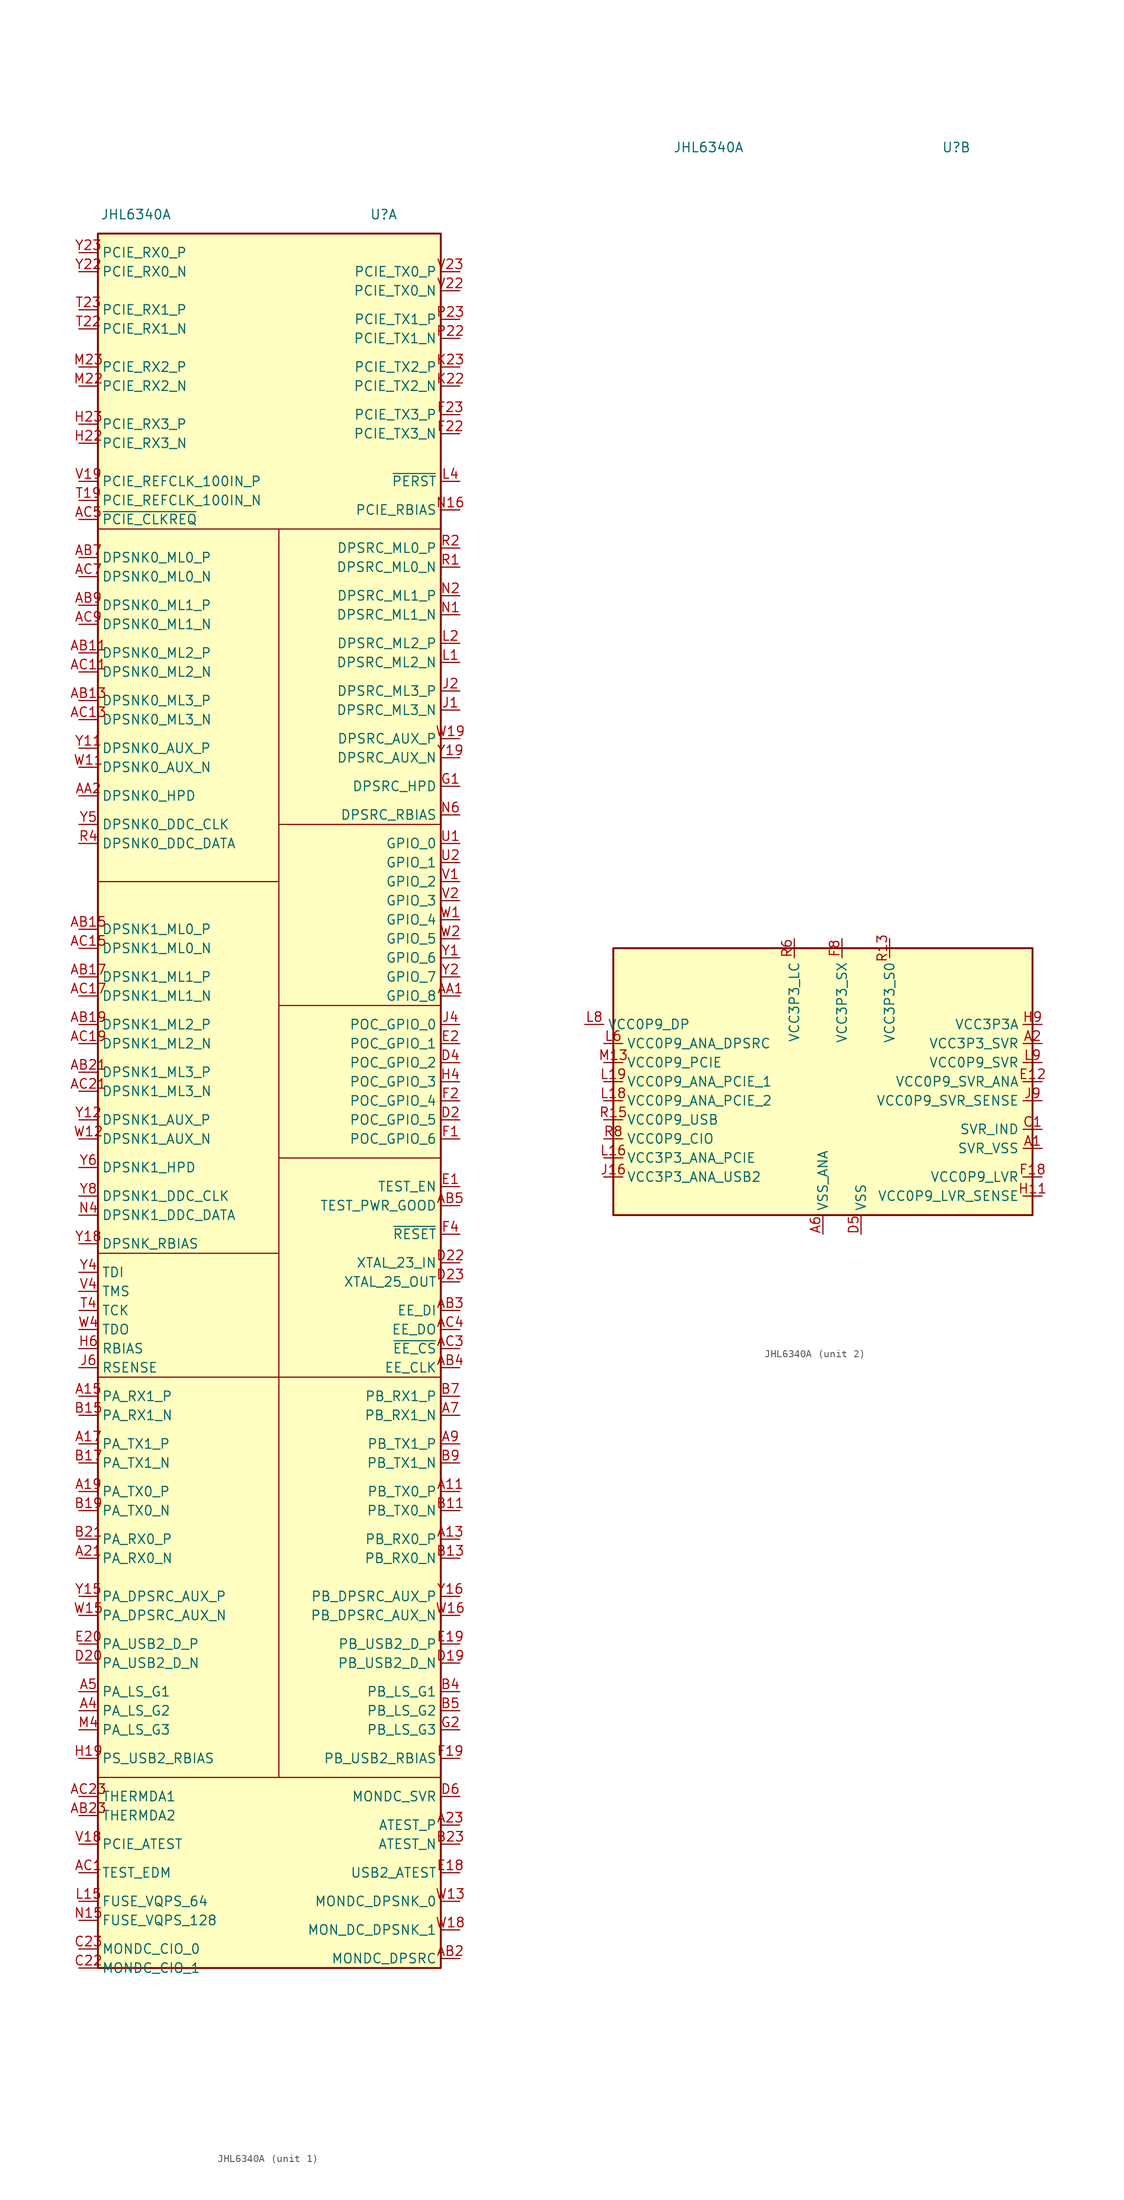
<source format=kicad_sym>
(kicad_symbol_lib
  (version 20220914)
  (generator kicad_symbol_editor)
  (symbol "JHL6340A"
    (property "Reference" "U"
      (at 15.24 121.92 0)
      (effects (font (size 1.27 1.27))))
    (property "Value" "JHL6340A"
      (at -17.78 121.92 0)
      (effects (font (size 1.27 1.27))))
    (property "ki_locked" ""
      (at 0 0 0)
      (effects (font (size 1.27 1.27))))
    (symbol "JHL6340A_1_0"
      (pin input line (at 25.4 -48.26 180) (length 2.54) (name "PB_TX0_P" (effects (font (size 1.27 1.27)))) (number "A11" (effects (font (size 1.27 1.27)))))
      (pin input line (at 25.4 -54.61 180) (length 2.54) (name "PB_RX0_P" (effects (font (size 1.27 1.27)))) (number "A13" (effects (font (size 1.27 1.27)))))
      (pin input line (at -25.4 -35.56 0) (length 2.54) (name "PA_RX1_P" (effects (font (size 1.27 1.27)))) (number "A15" (effects (font (size 1.27 1.27)))))
      (pin input line (at -25.4 -41.91 0) (length 2.54) (name "PA_TX1_P" (effects (font (size 1.27 1.27)))) (number "A17" (effects (font (size 1.27 1.27)))))
      (pin input line (at -25.4 -48.26 0) (length 2.54) (name "PA_TX0_P" (effects (font (size 1.27 1.27)))) (number "A19" (effects (font (size 1.27 1.27)))))
      (pin input line (at -25.4 -57.15 0) (length 2.54) (name "PA_RX0_N" (effects (font (size 1.27 1.27)))) (number "A21" (effects (font (size 1.27 1.27)))))
      (pin input line (at 25.4 -92.71 180) (length 2.54) (name "ATEST_P" (effects (font (size 1.27 1.27)))) (number "A23" (effects (font (size 1.27 1.27)))))
      (pin input line (at -25.4 -77.47 0) (length 2.54) (name "PA_LS_G2" (effects (font (size 1.27 1.27)))) (number "A4" (effects (font (size 1.27 1.27)))))
      (pin input line (at -25.4 -74.93 0) (length 2.54) (name "PA_LS_G1" (effects (font (size 1.27 1.27)))) (number "A5" (effects (font (size 1.27 1.27)))))
      (pin input line (at 25.4 -38.1 180) (length 2.54) (name "PB_RX1_N" (effects (font (size 1.27 1.27)))) (number "A7" (effects (font (size 1.27 1.27)))))
      (pin input line (at 25.4 -41.91 180) (length 2.54) (name "PB_TX1_P" (effects (font (size 1.27 1.27)))) (number "A9" (effects (font (size 1.27 1.27)))))
      (pin input line (at 25.4 17.78 180) (length 2.54) (name "GPIO_8" (effects (font (size 1.27 1.27)))) (number "AA1" (effects (font (size 1.27 1.27)))))
      (pin input line (at -25.4 44.45 0) (length 2.54) (name "DPSNK0_HPD" (effects (font (size 1.27 1.27)))) (number "AA2" (effects (font (size 1.27 1.27)))))
      (pin input line (at -25.4 63.5 0) (length 2.54) (name "DPSNK0_ML2_P" (effects (font (size 1.27 1.27)))) (number "AB11" (effects (font (size 1.27 1.27)))))
      (pin input line (at -25.4 57.15 0) (length 2.54) (name "DPSNK0_ML3_P" (effects (font (size 1.27 1.27)))) (number "AB13" (effects (font (size 1.27 1.27)))))
      (pin input line (at -25.4 26.67 0) (length 2.54) (name "DPSNK1_ML0_P" (effects (font (size 1.27 1.27)))) (number "AB15" (effects (font (size 1.27 1.27)))))
      (pin input line (at -25.4 20.32 0) (length 2.54) (name "DPSNK1_ML1_P" (effects (font (size 1.27 1.27)))) (number "AB17" (effects (font (size 1.27 1.27)))))
      (pin input line (at -25.4 13.97 0) (length 2.54) (name "DPSNK1_ML2_P" (effects (font (size 1.27 1.27)))) (number "AB19" (effects (font (size 1.27 1.27)))))
      (pin input line (at 25.4 -110.49 180) (length 2.54) (name "MONDC_DPSRC" (effects (font (size 1.27 1.27)))) (number "AB2" (effects (font (size 1.27 1.27)))))
      (pin input line (at -25.4 7.62 0) (length 2.54) (name "DPSNK1_ML3_P" (effects (font (size 1.27 1.27)))) (number "AB21" (effects (font (size 1.27 1.27)))))
      (pin input line (at -25.4 -91.44 0) (length 2.54) (name "THERMDA2" (effects (font (size 1.27 1.27)))) (number "AB23" (effects (font (size 1.27 1.27)))))
      (pin input line (at 25.4 -24.13 180) (length 2.54) (name "EE_DI" (effects (font (size 1.27 1.27)))) (number "AB3" (effects (font (size 1.27 1.27)))))
      (pin input line (at 25.4 -31.75 180) (length 2.54) (name "EE_CLK" (effects (font (size 1.27 1.27)))) (number "AB4" (effects (font (size 1.27 1.27)))))
      (pin input line (at 25.4 -10.16 180) (length 2.54) (name "TEST_PWR_GOOD" (effects (font (size 1.27 1.27)))) (number "AB5" (effects (font (size 1.27 1.27)))))
      (pin input line (at -25.4 76.2 0) (length 2.54) (name "DPSNK0_ML0_P" (effects (font (size 1.27 1.27)))) (number "AB7" (effects (font (size 1.27 1.27)))))
      (pin input line (at -25.4 69.85 0) (length 2.54) (name "DPSNK0_ML1_P" (effects (font (size 1.27 1.27)))) (number "AB9" (effects (font (size 1.27 1.27)))))
      (pin input line (at -25.4 -99.06 0) (length 2.54) (name "TEST_EDM" (effects (font (size 1.27 1.27)))) (number "AC1" (effects (font (size 1.27 1.27)))))
      (pin input line (at -25.4 60.96 0) (length 2.54) (name "DPSNK0_ML2_N" (effects (font (size 1.27 1.27)))) (number "AC11" (effects (font (size 1.27 1.27)))))
      (pin input line (at -25.4 54.61 0) (length 2.54) (name "DPSNK0_ML3_N" (effects (font (size 1.27 1.27)))) (number "AC13" (effects (font (size 1.27 1.27)))))
      (pin input line (at -25.4 24.13 0) (length 2.54) (name "DPSNK1_ML0_N" (effects (font (size 1.27 1.27)))) (number "AC15" (effects (font (size 1.27 1.27)))))
      (pin input line (at -25.4 17.78 0) (length 2.54) (name "DPSNK1_ML1_N" (effects (font (size 1.27 1.27)))) (number "AC17" (effects (font (size 1.27 1.27)))))
      (pin input line (at -25.4 11.43 0) (length 2.54) (name "DPSNK1_ML2_N" (effects (font (size 1.27 1.27)))) (number "AC19" (effects (font (size 1.27 1.27)))))
      (pin input line (at -25.4 5.08 0) (length 2.54) (name "DPSNK1_ML3_N" (effects (font (size 1.27 1.27)))) (number "AC21" (effects (font (size 1.27 1.27)))))
      (pin input line (at -25.4 -88.9 0) (length 2.54) (name "THERMDA1" (effects (font (size 1.27 1.27)))) (number "AC23" (effects (font (size 1.27 1.27)))))
      (pin input line (at 25.4 -29.21 180) (length 2.54) (name "~{EE_CS}" (effects (font (size 1.27 1.27)))) (number "AC3" (effects (font (size 1.27 1.27)))))
      (pin output line (at 25.4 -26.67 180) (length 2.54) (name "EE_DO" (effects (font (size 1.27 1.27)))) (number "AC4" (effects (font (size 1.27 1.27)))))
      (pin bidirectional line (at -25.4 81.28 0) (length 2.54) (name "~{PCIE_CLKREQ}" (effects (font (size 1.27 1.27)))) (number "AC5" (effects (font (size 1.27 1.27)))))
      (pin input line (at -25.4 73.66 0) (length 2.54) (name "DPSNK0_ML0_N" (effects (font (size 1.27 1.27)))) (number "AC7" (effects (font (size 1.27 1.27)))))
      (pin input line (at -25.4 67.31 0) (length 2.54) (name "DPSNK0_ML1_N" (effects (font (size 1.27 1.27)))) (number "AC9" (effects (font (size 1.27 1.27)))))
      (pin input line (at 25.4 -50.8 180) (length 2.54) (name "PB_TX0_N" (effects (font (size 1.27 1.27)))) (number "B11" (effects (font (size 1.27 1.27)))))
      (pin input line (at 25.4 -57.15 180) (length 2.54) (name "PB_RX0_N" (effects (font (size 1.27 1.27)))) (number "B13" (effects (font (size 1.27 1.27)))))
      (pin input line (at -25.4 -38.1 0) (length 2.54) (name "PA_RX1_N" (effects (font (size 1.27 1.27)))) (number "B15" (effects (font (size 1.27 1.27)))))
      (pin input line (at -25.4 -44.45 0) (length 2.54) (name "PA_TX1_N" (effects (font (size 1.27 1.27)))) (number "B17" (effects (font (size 1.27 1.27)))))
      (pin input line (at -25.4 -50.8 0) (length 2.54) (name "PA_TX0_N" (effects (font (size 1.27 1.27)))) (number "B19" (effects (font (size 1.27 1.27)))))
      (pin input line (at -25.4 -54.61 0) (length 2.54) (name "PA_RX0_P" (effects (font (size 1.27 1.27)))) (number "B21" (effects (font (size 1.27 1.27)))))
      (pin input line (at 25.4 -95.25 180) (length 2.54) (name "ATEST_N" (effects (font (size 1.27 1.27)))) (number "B23" (effects (font (size 1.27 1.27)))))
      (pin input line (at 25.4 -74.93 180) (length 2.54) (name "PB_LS_G1" (effects (font (size 1.27 1.27)))) (number "B4" (effects (font (size 1.27 1.27)))))
      (pin input line (at 25.4 -77.47 180) (length 2.54) (name "PB_LS_G2" (effects (font (size 1.27 1.27)))) (number "B5" (effects (font (size 1.27 1.27)))))
      (pin input line (at 25.4 -35.56 180) (length 2.54) (name "PB_RX1_P" (effects (font (size 1.27 1.27)))) (number "B7" (effects (font (size 1.27 1.27)))))
      (pin input line (at 25.4 -44.45 180) (length 2.54) (name "PB_TX1_N" (effects (font (size 1.27 1.27)))) (number "B9" (effects (font (size 1.27 1.27)))))
      (pin input line (at -25.4 -111.76 0) (length 2.54) (name "MONDC_CIO_1" (effects (font (size 1.27 1.27)))) (number "C22" (effects (font (size 1.27 1.27)))))
      (pin input line (at -25.4 -109.22 0) (length 2.54) (name "MONDC_CIO_0" (effects (font (size 1.27 1.27)))) (number "C23" (effects (font (size 1.27 1.27)))))
      (pin input line (at 25.4 -71.12 180) (length 2.54) (name "PB_USB2_D_N" (effects (font (size 1.27 1.27)))) (number "D19" (effects (font (size 1.27 1.27)))))
      (pin input line (at 25.4 1.27 180) (length 2.54) (name "POC_GPIO_5" (effects (font (size 1.27 1.27)))) (number "D2" (effects (font (size 1.27 1.27)))))
      (pin input line (at -25.4 -71.12 0) (length 2.54) (name "PA_USB2_D_N" (effects (font (size 1.27 1.27)))) (number "D20" (effects (font (size 1.27 1.27)))))
      (pin input line (at 25.4 -17.78 180) (length 2.54) (name "XTAL_23_IN" (effects (font (size 1.27 1.27)))) (number "D22" (effects (font (size 1.27 1.27)))))
      (pin input line (at 25.4 -20.32 180) (length 2.54) (name "XTAL_25_OUT" (effects (font (size 1.27 1.27)))) (number "D23" (effects (font (size 1.27 1.27)))))
      (pin input line (at 25.4 8.89 180) (length 2.54) (name "POC_GPIO_2" (effects (font (size 1.27 1.27)))) (number "D4" (effects (font (size 1.27 1.27)))))
      (pin input line (at 25.4 -88.9 180) (length 2.54) (name "MONDC_SVR" (effects (font (size 1.27 1.27)))) (number "D6" (effects (font (size 1.27 1.27)))))
      (pin input line (at 25.4 -7.62 180) (length 2.54) (name "TEST_EN" (effects (font (size 1.27 1.27)))) (number "E1" (effects (font (size 1.27 1.27)))))
      (pin input line (at 25.4 -99.06 180) (length 2.54) (name "USB2_ATEST" (effects (font (size 1.27 1.27)))) (number "E18" (effects (font (size 1.27 1.27)))))
      (pin input line (at 25.4 -68.58 180) (length 2.54) (name "PB_USB2_D_P" (effects (font (size 1.27 1.27)))) (number "E19" (effects (font (size 1.27 1.27)))))
      (pin input line (at 25.4 11.43 180) (length 2.54) (name "POC_GPIO_1" (effects (font (size 1.27 1.27)))) (number "E2" (effects (font (size 1.27 1.27)))))
      (pin input line (at -25.4 -68.58 0) (length 2.54) (name "PA_USB2_D_P" (effects (font (size 1.27 1.27)))) (number "E20" (effects (font (size 1.27 1.27)))))
      (pin input line (at 25.4 -1.27 180) (length 2.54) (name "POC_GPIO_6" (effects (font (size 1.27 1.27)))) (number "F1" (effects (font (size 1.27 1.27)))))
      (pin input line (at 25.4 -83.82 180) (length 2.54) (name "PB_USB2_RBIAS" (effects (font (size 1.27 1.27)))) (number "F19" (effects (font (size 1.27 1.27)))))
      (pin input line (at 25.4 3.81 180) (length 2.54) (name "POC_GPIO_4" (effects (font (size 1.27 1.27)))) (number "F2" (effects (font (size 1.27 1.27)))))
      (pin input line (at 25.4 92.71 180) (length 2.54) (name "PCIE_TX3_N" (effects (font (size 1.27 1.27)))) (number "F22" (effects (font (size 1.27 1.27)))))
      (pin input line (at 25.4 95.25 180) (length 2.54) (name "PCIE_TX3_P" (effects (font (size 1.27 1.27)))) (number "F23" (effects (font (size 1.27 1.27)))))
      (pin input line (at 25.4 -13.97 180) (length 2.54) (name "~{RESET}" (effects (font (size 1.27 1.27)))) (number "F4" (effects (font (size 1.27 1.27)))))
      (pin input line (at 25.4 45.72 180) (length 2.54) (name "DPSRC_HPD" (effects (font (size 1.27 1.27)))) (number "G1" (effects (font (size 1.27 1.27)))))
      (pin input line (at 25.4 -80.01 180) (length 2.54) (name "PB_LS_G3" (effects (font (size 1.27 1.27)))) (number "G2" (effects (font (size 1.27 1.27)))))
      (pin input line (at -25.4 -83.82 0) (length 2.54) (name "PS_USB2_RBIAS" (effects (font (size 1.27 1.27)))) (number "H19" (effects (font (size 1.27 1.27)))))
      (pin input line (at -25.4 91.44 0) (length 2.54) (name "PCIE_RX3_N" (effects (font (size 1.27 1.27)))) (number "H22" (effects (font (size 1.27 1.27)))))
      (pin input line (at -25.4 93.98 0) (length 2.54) (name "PCIE_RX3_P" (effects (font (size 1.27 1.27)))) (number "H23" (effects (font (size 1.27 1.27)))))
      (pin input line (at 25.4 6.35 180) (length 2.54) (name "POC_GPIO_3" (effects (font (size 1.27 1.27)))) (number "H4" (effects (font (size 1.27 1.27)))))
      (pin input line (at -25.4 -29.21 0) (length 2.54) (name "RBIAS" (effects (font (size 1.27 1.27)))) (number "H6" (effects (font (size 1.27 1.27)))))
      (pin input line (at 25.4 55.88 180) (length 2.54) (name "DPSRC_ML3_N" (effects (font (size 1.27 1.27)))) (number "J1" (effects (font (size 1.27 1.27)))))
      (pin input line (at 25.4 58.42 180) (length 2.54) (name "DPSRC_ML3_P" (effects (font (size 1.27 1.27)))) (number "J2" (effects (font (size 1.27 1.27)))))
      (pin input line (at 25.4 13.97 180) (length 2.54) (name "POC_GPIO_0" (effects (font (size 1.27 1.27)))) (number "J4" (effects (font (size 1.27 1.27)))))
      (pin input line (at -25.4 -31.75 0) (length 2.54) (name "RSENSE" (effects (font (size 1.27 1.27)))) (number "J6" (effects (font (size 1.27 1.27)))))
      (pin input line (at 25.4 99.06 180) (length 2.54) (name "PCIE_TX2_N" (effects (font (size 1.27 1.27)))) (number "K22" (effects (font (size 1.27 1.27)))))
      (pin input line (at 25.4 101.6 180) (length 2.54) (name "PCIE_TX2_P" (effects (font (size 1.27 1.27)))) (number "K23" (effects (font (size 1.27 1.27)))))
      (pin input line (at 25.4 62.23 180) (length 2.54) (name "DPSRC_ML2_N" (effects (font (size 1.27 1.27)))) (number "L1" (effects (font (size 1.27 1.27)))))
      (pin input line (at -25.4 -102.87 0) (length 2.54) (name "FUSE_VQPS_64" (effects (font (size 1.27 1.27)))) (number "L15" (effects (font (size 1.27 1.27)))))
      (pin input line (at 25.4 64.77 180) (length 2.54) (name "DPSRC_ML2_P" (effects (font (size 1.27 1.27)))) (number "L2" (effects (font (size 1.27 1.27)))))
      (pin input line (at 25.4 86.36 180) (length 2.54) (name "~{PERST}" (effects (font (size 1.27 1.27)))) (number "L4" (effects (font (size 1.27 1.27)))))
      (pin input line (at -25.4 99.06 0) (length 2.54) (name "PCIE_RX2_N" (effects (font (size 1.27 1.27)))) (number "M22" (effects (font (size 1.27 1.27)))))
      (pin input line (at -25.4 101.6 0) (length 2.54) (name "PCIE_RX2_P" (effects (font (size 1.27 1.27)))) (number "M23" (effects (font (size 1.27 1.27)))))
      (pin input line (at -25.4 -80.01 0) (length 2.54) (name "PA_LS_G3" (effects (font (size 1.27 1.27)))) (number "M4" (effects (font (size 1.27 1.27)))))
      (pin input line (at 25.4 68.58 180) (length 2.54) (name "DPSRC_ML1_N" (effects (font (size 1.27 1.27)))) (number "N1" (effects (font (size 1.27 1.27)))))
      (pin input line (at -25.4 -105.41 0) (length 2.54) (name "FUSE_VQPS_128" (effects (font (size 1.27 1.27)))) (number "N15" (effects (font (size 1.27 1.27)))))
      (pin input line (at 25.4 82.55 180) (length 2.54) (name "PCIE_RBIAS" (effects (font (size 1.27 1.27)))) (number "N16" (effects (font (size 1.27 1.27)))))
      (pin input line (at 25.4 71.12 180) (length 2.54) (name "DPSRC_ML1_P" (effects (font (size 1.27 1.27)))) (number "N2" (effects (font (size 1.27 1.27)))))
      (pin input line (at -25.4 -11.43 0) (length 2.54) (name "DPSNK1_DDC_DATA" (effects (font (size 1.27 1.27)))) (number "N4" (effects (font (size 1.27 1.27)))))
      (pin input line (at 25.4 41.91 180) (length 2.54) (name "DPSRC_RBIAS" (effects (font (size 1.27 1.27)))) (number "N6" (effects (font (size 1.27 1.27)))))
      (pin input line (at 25.4 105.41 180) (length 2.54) (name "PCIE_TX1_N" (effects (font (size 1.27 1.27)))) (number "P22" (effects (font (size 1.27 1.27)))))
      (pin input line (at 25.4 107.95 180) (length 2.54) (name "PCIE_TX1_P" (effects (font (size 1.27 1.27)))) (number "P23" (effects (font (size 1.27 1.27)))))
      (pin input line (at 25.4 74.93 180) (length 2.54) (name "DPSRC_ML0_N" (effects (font (size 1.27 1.27)))) (number "R1" (effects (font (size 1.27 1.27)))))
      (pin input line (at 25.4 77.47 180) (length 2.54) (name "DPSRC_ML0_P" (effects (font (size 1.27 1.27)))) (number "R2" (effects (font (size 1.27 1.27)))))
      (pin input line (at -25.4 38.1 0) (length 2.54) (name "DPSNK0_DDC_DATA" (effects (font (size 1.27 1.27)))) (number "R4" (effects (font (size 1.27 1.27)))))
      (pin input line (at -25.4 83.82 0) (length 2.54) (name "PCIE_REFCLK_100IN_N" (effects (font (size 1.27 1.27)))) (number "T19" (effects (font (size 1.27 1.27)))))
      (pin input line (at -25.4 106.68 0) (length 2.54) (name "PCIE_RX1_N" (effects (font (size 1.27 1.27)))) (number "T22" (effects (font (size 1.27 1.27)))))
      (pin input line (at -25.4 109.22 0) (length 2.54) (name "PCIE_RX1_P" (effects (font (size 1.27 1.27)))) (number "T23" (effects (font (size 1.27 1.27)))))
      (pin input line (at -25.4 -24.13 0) (length 2.54) (name "TCK" (effects (font (size 1.27 1.27)))) (number "T4" (effects (font (size 1.27 1.27)))))
      (pin input line (at 25.4 38.1 180) (length 2.54) (name "GPIO_0" (effects (font (size 1.27 1.27)))) (number "U1" (effects (font (size 1.27 1.27)))))
      (pin input line (at 25.4 35.56 180) (length 2.54) (name "GPIO_1" (effects (font (size 1.27 1.27)))) (number "U2" (effects (font (size 1.27 1.27)))))
      (pin input line (at 25.4 33.02 180) (length 2.54) (name "GPIO_2" (effects (font (size 1.27 1.27)))) (number "V1" (effects (font (size 1.27 1.27)))))
      (pin input line (at -25.4 -95.25 0) (length 2.54) (name "PCIE_ATEST" (effects (font (size 1.27 1.27)))) (number "V18" (effects (font (size 1.27 1.27)))))
      (pin input line (at -25.4 86.36 0) (length 2.54) (name "PCIE_REFCLK_100IN_P" (effects (font (size 1.27 1.27)))) (number "V19" (effects (font (size 1.27 1.27)))))
      (pin input line (at 25.4 30.48 180) (length 2.54) (name "GPIO_3" (effects (font (size 1.27 1.27)))) (number "V2" (effects (font (size 1.27 1.27)))))
      (pin input line (at 25.4 111.76 180) (length 2.54) (name "PCIE_TX0_N" (effects (font (size 1.27 1.27)))) (number "V22" (effects (font (size 1.27 1.27)))))
      (pin input line (at 25.4 114.3 180) (length 2.54) (name "PCIE_TX0_P" (effects (font (size 1.27 1.27)))) (number "V23" (effects (font (size 1.27 1.27)))))
      (pin input line (at -25.4 -21.59 0) (length 2.54) (name "TMS" (effects (font (size 1.27 1.27)))) (number "V4" (effects (font (size 1.27 1.27)))))
      (pin input line (at 25.4 27.94 180) (length 2.54) (name "GPIO_4" (effects (font (size 1.27 1.27)))) (number "W1" (effects (font (size 1.27 1.27)))))
      (pin input line (at -25.4 48.26 0) (length 2.54) (name "DPSNK0_AUX_N" (effects (font (size 1.27 1.27)))) (number "W11" (effects (font (size 1.27 1.27)))))
      (pin input line (at -25.4 -1.27 0) (length 2.54) (name "DPSNK1_AUX_N" (effects (font (size 1.27 1.27)))) (number "W12" (effects (font (size 1.27 1.27)))))
      (pin input line (at 25.4 -102.87 180) (length 2.54) (name "MONDC_DPSNK_0" (effects (font (size 1.27 1.27)))) (number "W13" (effects (font (size 1.27 1.27)))))
      (pin input line (at -25.4 -64.77 0) (length 2.54) (name "PA_DPSRC_AUX_N" (effects (font (size 1.27 1.27)))) (number "W15" (effects (font (size 1.27 1.27)))))
      (pin input line (at 25.4 -64.77 180) (length 2.54) (name "PB_DPSRC_AUX_N" (effects (font (size 1.27 1.27)))) (number "W16" (effects (font (size 1.27 1.27)))))
      (pin input line (at 25.4 -106.68 180) (length 2.54) (name "MON_DC_DPSNK_1" (effects (font (size 1.27 1.27)))) (number "W18" (effects (font (size 1.27 1.27)))))
      (pin input line (at 25.4 52.07 180) (length 2.54) (name "DPSRC_AUX_P" (effects (font (size 1.27 1.27)))) (number "W19" (effects (font (size 1.27 1.27)))))
      (pin input line (at 25.4 25.4 180) (length 2.54) (name "GPIO_5" (effects (font (size 1.27 1.27)))) (number "W2" (effects (font (size 1.27 1.27)))))
      (pin input line (at -25.4 -26.67 0) (length 2.54) (name "TDO" (effects (font (size 1.27 1.27)))) (number "W4" (effects (font (size 1.27 1.27)))))
      (pin input line (at 25.4 22.86 180) (length 2.54) (name "GPIO_6" (effects (font (size 1.27 1.27)))) (number "Y1" (effects (font (size 1.27 1.27)))))
      (pin input line (at -25.4 50.8 0) (length 2.54) (name "DPSNK0_AUX_P" (effects (font (size 1.27 1.27)))) (number "Y11" (effects (font (size 1.27 1.27)))))
      (pin input line (at -25.4 1.27 0) (length 2.54) (name "DPSNK1_AUX_P" (effects (font (size 1.27 1.27)))) (number "Y12" (effects (font (size 1.27 1.27)))))
      (pin input line (at -25.4 -62.23 0) (length 2.54) (name "PA_DPSRC_AUX_P" (effects (font (size 1.27 1.27)))) (number "Y15" (effects (font (size 1.27 1.27)))))
      (pin input line (at 25.4 -62.23 180) (length 2.54) (name "PB_DPSRC_AUX_P" (effects (font (size 1.27 1.27)))) (number "Y16" (effects (font (size 1.27 1.27)))))
      (pin input line (at -25.4 -15.24 0) (length 2.54) (name "DPSNK_RBIAS" (effects (font (size 1.27 1.27)))) (number "Y18" (effects (font (size 1.27 1.27)))))
      (pin input line (at 25.4 49.53 180) (length 2.54) (name "DPSRC_AUX_N" (effects (font (size 1.27 1.27)))) (number "Y19" (effects (font (size 1.27 1.27)))))
      (pin input line (at 25.4 20.32 180) (length 2.54) (name "GPIO_7" (effects (font (size 1.27 1.27)))) (number "Y2" (effects (font (size 1.27 1.27)))))
      (pin input line (at -25.4 114.3 0) (length 2.54) (name "PCIE_RX0_N" (effects (font (size 1.27 1.27)))) (number "Y22" (effects (font (size 1.27 1.27)))))
      (pin input line (at -25.4 116.84 0) (length 2.54) (name "PCIE_RX0_P" (effects (font (size 1.27 1.27)))) (number "Y23" (effects (font (size 1.27 1.27)))))
      (pin input line (at -25.4 -19.05 0) (length 2.54) (name "TDI" (effects (font (size 1.27 1.27)))) (number "Y4" (effects (font (size 1.27 1.27)))))
      (pin input line (at -25.4 40.64 0) (length 2.54) (name "DPSNK0_DDC_CLK" (effects (font (size 1.27 1.27)))) (number "Y5" (effects (font (size 1.27 1.27)))))
      (pin input line (at -25.4 -5.08 0) (length 2.54) (name "DPSNK1_HPD" (effects (font (size 1.27 1.27)))) (number "Y6" (effects (font (size 1.27 1.27)))))
      (pin input line (at -25.4 -8.89 0) (length 2.54) (name "DPSNK1_DDC_CLK" (effects (font (size 1.27 1.27)))) (number "Y8" (effects (font (size 1.27 1.27))))))
    (symbol "JHL6340A_1_1"
      (rectangle (start -22.86 119.38) (end 22.86 -111.76) (stroke (width 0.254) (type default)) (fill (type background)))
      (polyline (pts (xy -22.86 -16.51) (xy 1.27 -16.51)) (stroke (width 0.152) (type default)) (fill (type none)))
      (polyline (pts (xy -22.86 33.02) (xy 1.27 33.02)) (stroke (width 0.152) (type default)) (fill (type none)))
      (polyline (pts (xy 1.27 80.01) (xy 1.27 -86.36)) (stroke (width 0.152) (type default)) (fill (type none)))
      (polyline (pts (xy 22.86 -86.36) (xy -22.86 -86.36)) (stroke (width 0.152) (type default)) (fill (type none)))
      (polyline (pts (xy 22.86 -33.02) (xy -22.86 -33.02)) (stroke (width 0.152) (type default)) (fill (type none)))
      (polyline (pts (xy 22.86 -3.81) (xy 1.27 -3.81)) (stroke (width 0.152) (type default)) (fill (type none)))
      (polyline (pts (xy 22.86 16.51) (xy 1.27 16.51)) (stroke (width 0.152) (type default)) (fill (type none)))
      (polyline (pts (xy 22.86 40.64) (xy 1.27 40.64)) (stroke (width 0.152) (type default)) (fill (type none)))
      (polyline (pts (xy 22.86 80.01) (xy -22.86 80.01)) (stroke (width 0.152) (type default)) (fill (type none))))
    (symbol "JHL6340A_2_0"
      (pin input line (at 26.67 -11.43 180) (length 2.54) (name "SVR_VSS" (effects (font (size 1.27 1.27)))) (number "A1" (effects (font (size 1.27 1.27)))))
      (pin input line (at -2.54 -22.86 90) (length 2.54) hide (name "VSS_ANA" (effects (font (size 1.27 1.27)))) (number "A10" (effects (font (size 1.27 1.27)))))
      (pin input line (at -2.54 -22.86 90) (length 2.54) hide (name "VSS_ANA" (effects (font (size 1.27 1.27)))) (number "A12" (effects (font (size 1.27 1.27)))))
      (pin input line (at -2.54 -22.86 90) (length 2.54) hide (name "VSS_ANA" (effects (font (size 1.27 1.27)))) (number "A14" (effects (font (size 1.27 1.27)))))
      (pin input line (at -2.54 -22.86 90) (length 2.54) hide (name "VSS_ANA" (effects (font (size 1.27 1.27)))) (number "A16" (effects (font (size 1.27 1.27)))))
      (pin input line (at -2.54 -22.86 90) (length 2.54) hide (name "VSS_ANA" (effects (font (size 1.27 1.27)))) (number "A18" (effects (font (size 1.27 1.27)))))
      (pin input line (at 26.67 2.54 180) (length 2.54) (name "VCC3P3_SVR" (effects (font (size 1.27 1.27)))) (number "A2" (effects (font (size 1.27 1.27)))))
      (pin input line (at -2.54 -22.86 90) (length 2.54) hide (name "VSS_ANA" (effects (font (size 1.27 1.27)))) (number "A20" (effects (font (size 1.27 1.27)))))
      (pin input line (at -2.54 -22.86 90) (length 2.54) hide (name "VSS_ANA" (effects (font (size 1.27 1.27)))) (number "A22" (effects (font (size 1.27 1.27)))))
      (pin input line (at 26.67 2.54 180) (length 2.54) hide (name "VCC3P3_SVR" (effects (font (size 1.27 1.27)))) (number "A3" (effects (font (size 1.27 1.27)))))
      (pin input line (at -2.54 -22.86 90) (length 2.54) (name "VSS_ANA" (effects (font (size 1.27 1.27)))) (number "A6" (effects (font (size 1.27 1.27)))))
      (pin input line (at -2.54 -22.86 90) (length 2.54) hide (name "VSS_ANA" (effects (font (size 1.27 1.27)))) (number "A8" (effects (font (size 1.27 1.27)))))
      (pin input line (at -2.54 -22.86 90) (length 2.54) hide (name "VSS_ANA" (effects (font (size 1.27 1.27)))) (number "AA22" (effects (font (size 1.27 1.27)))))
      (pin input line (at -2.54 -22.86 90) (length 2.54) hide (name "VSS_ANA" (effects (font (size 1.27 1.27)))) (number "AA23" (effects (font (size 1.27 1.27)))))
      (pin input line (at 2.54 -22.86 90) (length 2.54) hide (name "VSS" (effects (font (size 1.27 1.27)))) (number "AB1" (effects (font (size 1.27 1.27)))))
      (pin input line (at -2.54 -22.86 90) (length 2.54) hide (name "VSS_ANA" (effects (font (size 1.27 1.27)))) (number "AB10" (effects (font (size 1.27 1.27)))))
      (pin input line (at -2.54 -22.86 90) (length 2.54) hide (name "VSS_ANA" (effects (font (size 1.27 1.27)))) (number "AB12" (effects (font (size 1.27 1.27)))))
      (pin input line (at -2.54 -22.86 90) (length 2.54) hide (name "VSS_ANA" (effects (font (size 1.27 1.27)))) (number "AB14" (effects (font (size 1.27 1.27)))))
      (pin input line (at -2.54 -22.86 90) (length 2.54) hide (name "VSS_ANA" (effects (font (size 1.27 1.27)))) (number "AB16" (effects (font (size 1.27 1.27)))))
      (pin input line (at -2.54 -22.86 90) (length 2.54) hide (name "VSS_ANA" (effects (font (size 1.27 1.27)))) (number "AB18" (effects (font (size 1.27 1.27)))))
      (pin input line (at -2.54 -22.86 90) (length 2.54) hide (name "VSS_ANA" (effects (font (size 1.27 1.27)))) (number "AB20" (effects (font (size 1.27 1.27)))))
      (pin input line (at -2.54 -22.86 90) (length 2.54) hide (name "VSS_ANA" (effects (font (size 1.27 1.27)))) (number "AB22" (effects (font (size 1.27 1.27)))))
      (pin input line (at -2.54 -22.86 90) (length 2.54) hide (name "VSS_ANA" (effects (font (size 1.27 1.27)))) (number "AB6" (effects (font (size 1.27 1.27)))))
      (pin input line (at -2.54 -22.86 90) (length 2.54) hide (name "VSS_ANA" (effects (font (size 1.27 1.27)))) (number "AB8" (effects (font (size 1.27 1.27)))))
      (pin input line (at -2.54 -22.86 90) (length 2.54) hide (name "VSS_ANA" (effects (font (size 1.27 1.27)))) (number "AC10" (effects (font (size 1.27 1.27)))))
      (pin input line (at -2.54 -22.86 90) (length 2.54) hide (name "VSS_ANA" (effects (font (size 1.27 1.27)))) (number "AC12" (effects (font (size 1.27 1.27)))))
      (pin input line (at -2.54 -22.86 90) (length 2.54) hide (name "VSS_ANA" (effects (font (size 1.27 1.27)))) (number "AC14" (effects (font (size 1.27 1.27)))))
      (pin input line (at -2.54 -22.86 90) (length 2.54) hide (name "VSS_ANA" (effects (font (size 1.27 1.27)))) (number "AC16" (effects (font (size 1.27 1.27)))))
      (pin input line (at -2.54 -22.86 90) (length 2.54) hide (name "VSS_ANA" (effects (font (size 1.27 1.27)))) (number "AC18" (effects (font (size 1.27 1.27)))))
      (pin input line (at 2.54 -22.86 90) (length 2.54) hide (name "VSS" (effects (font (size 1.27 1.27)))) (number "AC2" (effects (font (size 1.27 1.27)))))
      (pin input line (at -2.54 -22.86 90) (length 2.54) hide (name "VSS_ANA" (effects (font (size 1.27 1.27)))) (number "AC20" (effects (font (size 1.27 1.27)))))
      (pin input line (at -2.54 -22.86 90) (length 2.54) hide (name "VSS_ANA" (effects (font (size 1.27 1.27)))) (number "AC22" (effects (font (size 1.27 1.27)))))
      (pin input line (at -2.54 -22.86 90) (length 2.54) hide (name "VSS_ANA" (effects (font (size 1.27 1.27)))) (number "AC6" (effects (font (size 1.27 1.27)))))
      (pin input line (at -2.54 -22.86 90) (length 2.54) hide (name "VSS_ANA" (effects (font (size 1.27 1.27)))) (number "AC8" (effects (font (size 1.27 1.27)))))
      (pin input line (at 26.67 -11.43 180) (length 2.54) hide (name "SVR_VSS" (effects (font (size 1.27 1.27)))) (number "B1" (effects (font (size 1.27 1.27)))))
      (pin input line (at -2.54 -22.86 90) (length 2.54) hide (name "VSS_ANA" (effects (font (size 1.27 1.27)))) (number "B10" (effects (font (size 1.27 1.27)))))
      (pin input line (at -2.54 -22.86 90) (length 2.54) hide (name "VSS_ANA" (effects (font (size 1.27 1.27)))) (number "B12" (effects (font (size 1.27 1.27)))))
      (pin input line (at -2.54 -22.86 90) (length 2.54) hide (name "VSS_ANA" (effects (font (size 1.27 1.27)))) (number "B14" (effects (font (size 1.27 1.27)))))
      (pin input line (at -2.54 -22.86 90) (length 2.54) hide (name "VSS_ANA" (effects (font (size 1.27 1.27)))) (number "B16" (effects (font (size 1.27 1.27)))))
      (pin input line (at -2.54 -22.86 90) (length 2.54) hide (name "VSS_ANA" (effects (font (size 1.27 1.27)))) (number "B18" (effects (font (size 1.27 1.27)))))
      (pin input line (at 26.67 -11.43 180) (length 2.54) hide (name "SVR_VSS" (effects (font (size 1.27 1.27)))) (number "B2" (effects (font (size 1.27 1.27)))))
      (pin input line (at -2.54 -22.86 90) (length 2.54) hide (name "VSS_ANA" (effects (font (size 1.27 1.27)))) (number "B20" (effects (font (size 1.27 1.27)))))
      (pin input line (at -2.54 -22.86 90) (length 2.54) hide (name "VSS_ANA" (effects (font (size 1.27 1.27)))) (number "B22" (effects (font (size 1.27 1.27)))))
      (pin input line (at 26.67 2.54 180) (length 2.54) hide (name "VCC3P3_SVR" (effects (font (size 1.27 1.27)))) (number "B3" (effects (font (size 1.27 1.27)))))
      (pin input line (at -2.54 -22.86 90) (length 2.54) hide (name "VSS_ANA" (effects (font (size 1.27 1.27)))) (number "B6" (effects (font (size 1.27 1.27)))))
      (pin input line (at -2.54 -22.86 90) (length 2.54) hide (name "VSS_ANA" (effects (font (size 1.27 1.27)))) (number "B8" (effects (font (size 1.27 1.27)))))
      (pin input line (at 26.67 -8.89 180) (length 2.54) (name "SVR_IND" (effects (font (size 1.27 1.27)))) (number "C1" (effects (font (size 1.27 1.27)))))
      (pin input line (at 26.67 -8.89 180) (length 2.54) hide (name "SVR_IND" (effects (font (size 1.27 1.27)))) (number "C2" (effects (font (size 1.27 1.27)))))
      (pin input line (at 26.67 -8.89 180) (length 2.54) hide (name "SVR_IND" (effects (font (size 1.27 1.27)))) (number "D1" (effects (font (size 1.27 1.27)))))
      (pin input line (at -2.54 -22.86 90) (length 2.54) hide (name "VSS_ANA" (effects (font (size 1.27 1.27)))) (number "D11" (effects (font (size 1.27 1.27)))))
      (pin input line (at -2.54 -22.86 90) (length 2.54) hide (name "VSS_ANA" (effects (font (size 1.27 1.27)))) (number "D12" (effects (font (size 1.27 1.27)))))
      (pin input line (at -2.54 -22.86 90) (length 2.54) hide (name "VSS_ANA" (effects (font (size 1.27 1.27)))) (number "D13" (effects (font (size 1.27 1.27)))))
      (pin input line (at -2.54 -22.86 90) (length 2.54) hide (name "VSS_ANA" (effects (font (size 1.27 1.27)))) (number "D15" (effects (font (size 1.27 1.27)))))
      (pin input line (at -2.54 -22.86 90) (length 2.54) hide (name "VSS_ANA" (effects (font (size 1.27 1.27)))) (number "D16" (effects (font (size 1.27 1.27)))))
      (pin input line (at -2.54 -22.86 90) (length 2.54) hide (name "VSS_ANA" (effects (font (size 1.27 1.27)))) (number "D18" (effects (font (size 1.27 1.27)))))
      (pin input line (at 2.54 -22.86 90) (length 2.54) (name "VSS" (effects (font (size 1.27 1.27)))) (number "D5" (effects (font (size 1.27 1.27)))))
      (pin input line (at -2.54 -22.86 90) (length 2.54) hide (name "VSS_ANA" (effects (font (size 1.27 1.27)))) (number "D8" (effects (font (size 1.27 1.27)))))
      (pin input line (at -2.54 -22.86 90) (length 2.54) hide (name "VSS_ANA" (effects (font (size 1.27 1.27)))) (number "D9" (effects (font (size 1.27 1.27)))))
      (pin input line (at -2.54 -22.86 90) (length 2.54) hide (name "VSS_ANA" (effects (font (size 1.27 1.27)))) (number "E11" (effects (font (size 1.27 1.27)))))
      (pin input line (at 26.67 -2.54 180) (length 2.54) (name "VCC0P9_SVR_ANA" (effects (font (size 1.27 1.27)))) (number "E12" (effects (font (size 1.27 1.27)))))
      (pin input line (at 26.67 -2.54 180) (length 2.54) hide (name "VCC0P9_SVR_ANA" (effects (font (size 1.27 1.27)))) (number "E13" (effects (font (size 1.27 1.27)))))
      (pin input line (at -2.54 -22.86 90) (length 2.54) hide (name "VSS_ANA" (effects (font (size 1.27 1.27)))) (number "E15" (effects (font (size 1.27 1.27)))))
      (pin input line (at -2.54 -22.86 90) (length 2.54) hide (name "VSS_ANA" (effects (font (size 1.27 1.27)))) (number "E16" (effects (font (size 1.27 1.27)))))
      (pin input line (at -2.54 -22.86 90) (length 2.54) hide (name "VSS_ANA" (effects (font (size 1.27 1.27)))) (number "E22" (effects (font (size 1.27 1.27)))))
      (pin input line (at -2.54 -22.86 90) (length 2.54) hide (name "VSS_ANA" (effects (font (size 1.27 1.27)))) (number "E23" (effects (font (size 1.27 1.27)))))
      (pin input line (at 2.54 -22.86 90) (length 2.54) hide (name "VSS" (effects (font (size 1.27 1.27)))) (number "E4" (effects (font (size 1.27 1.27)))))
      (pin input line (at 2.54 -22.86 90) (length 2.54) hide (name "VSS" (effects (font (size 1.27 1.27)))) (number "E5" (effects (font (size 1.27 1.27)))))
      (pin input line (at 2.54 -22.86 90) (length 2.54) hide (name "VSS" (effects (font (size 1.27 1.27)))) (number "E6" (effects (font (size 1.27 1.27)))))
      (pin input line (at -2.54 -22.86 90) (length 2.54) hide (name "VSS_ANA" (effects (font (size 1.27 1.27)))) (number "E8" (effects (font (size 1.27 1.27)))))
      (pin input line (at -2.54 -22.86 90) (length 2.54) hide (name "VSS_ANA" (effects (font (size 1.27 1.27)))) (number "E9" (effects (font (size 1.27 1.27)))))
      (pin input line (at 26.67 -2.54 180) (length 2.54) hide (name "VCC0P9_SVR_ANA" (effects (font (size 1.27 1.27)))) (number "F11" (effects (font (size 1.27 1.27)))))
      (pin input line (at 26.67 -2.54 180) (length 2.54) hide (name "VCC0P9_SVR_ANA" (effects (font (size 1.27 1.27)))) (number "F12" (effects (font (size 1.27 1.27)))))
      (pin input line (at 26.67 -2.54 180) (length 2.54) hide (name "VCC0P9_SVR_ANA" (effects (font (size 1.27 1.27)))) (number "F13" (effects (font (size 1.27 1.27)))))
      (pin input line (at 26.67 -2.54 180) (length 2.54) hide (name "VCC0P9_SVR_ANA" (effects (font (size 1.27 1.27)))) (number "F15" (effects (font (size 1.27 1.27)))))
      (pin input line (at -2.54 -22.86 90) (length 2.54) hide (name "VSS_ANA" (effects (font (size 1.27 1.27)))) (number "F16" (effects (font (size 1.27 1.27)))))
      (pin input line (at 26.67 -15.24 180) (length 2.54) (name "VCC0P9_LVR" (effects (font (size 1.27 1.27)))) (number "F18" (effects (font (size 1.27 1.27)))))
      (pin input line (at -2.54 -22.86 90) (length 2.54) hide (name "VSS_ANA" (effects (font (size 1.27 1.27)))) (number "F20" (effects (font (size 1.27 1.27)))))
      (pin input line (at 2.54 -22.86 90) (length 2.54) hide (name "VSS" (effects (font (size 1.27 1.27)))) (number "F5" (effects (font (size 1.27 1.27)))))
      (pin input line (at 2.54 -22.86 90) (length 2.54) hide (name "VSS" (effects (font (size 1.27 1.27)))) (number "F6" (effects (font (size 1.27 1.27)))))
      (pin input line (at 0 16.51 270) (length 2.54) (name "VCC3P3_SX" (effects (font (size 1.27 1.27)))) (number "F8" (effects (font (size 1.27 1.27)))))
      (pin input line (at -2.54 -22.86 90) (length 2.54) hide (name "VSS_ANA" (effects (font (size 1.27 1.27)))) (number "F9" (effects (font (size 1.27 1.27)))))
      (pin input line (at -2.54 -22.86 90) (length 2.54) hide (name "VSS_ANA" (effects (font (size 1.27 1.27)))) (number "G22" (effects (font (size 1.27 1.27)))))
      (pin input line (at -2.54 -22.86 90) (length 2.54) hide (name "VSS_ANA" (effects (font (size 1.27 1.27)))) (number "G23" (effects (font (size 1.27 1.27)))))
      (pin input line (at -2.54 -22.86 90) (length 2.54) hide (name "VSS_ANA" (effects (font (size 1.27 1.27)))) (number "H1" (effects (font (size 1.27 1.27)))))
      (pin input line (at 26.67 -17.78 180) (length 2.54) (name "VCC0P9_LVR_SENSE" (effects (font (size 1.27 1.27)))) (number "H11" (effects (font (size 1.27 1.27)))))
      (pin input line (at -2.54 -22.86 90) (length 2.54) hide (name "VSS_ANA" (effects (font (size 1.27 1.27)))) (number "H12" (effects (font (size 1.27 1.27)))))
      (pin input line (at -2.54 -22.86 90) (length 2.54) hide (name "VSS_ANA" (effects (font (size 1.27 1.27)))) (number "H13" (effects (font (size 1.27 1.27)))))
      (pin input line (at -2.54 -22.86 90) (length 2.54) hide (name "VSS_ANA" (effects (font (size 1.27 1.27)))) (number "H15" (effects (font (size 1.27 1.27)))))
      (pin input line (at -2.54 -22.86 90) (length 2.54) hide (name "VSS_ANA" (effects (font (size 1.27 1.27)))) (number "H16" (effects (font (size 1.27 1.27)))))
      (pin input line (at 26.67 -15.24 180) (length 2.54) hide (name "VCC0P9_LVR" (effects (font (size 1.27 1.27)))) (number "H18" (effects (font (size 1.27 1.27)))))
      (pin input line (at -2.54 -22.86 90) (length 2.54) hide (name "VSS_ANA" (effects (font (size 1.27 1.27)))) (number "H2" (effects (font (size 1.27 1.27)))))
      (pin input line (at -2.54 -22.86 90) (length 2.54) hide (name "VSS_ANA" (effects (font (size 1.27 1.27)))) (number "H20" (effects (font (size 1.27 1.27)))))
      (pin input line (at 2.54 -22.86 90) (length 2.54) hide (name "VSS" (effects (font (size 1.27 1.27)))) (number "H5" (effects (font (size 1.27 1.27)))))
      (pin input line (at 2.54 -22.86 90) (length 2.54) hide (name "VSS" (effects (font (size 1.27 1.27)))) (number "H8" (effects (font (size 1.27 1.27)))))
      (pin input line (at 26.67 5.08 180) (length 2.54) (name "VCC3P3A" (effects (font (size 1.27 1.27)))) (number "H9" (effects (font (size 1.27 1.27)))))
      (pin input line (at 26.67 -15.24 180) (length 2.54) hide (name "VCC0P9_LVR" (effects (font (size 1.27 1.27)))) (number "J11" (effects (font (size 1.27 1.27)))))
      (pin input line (at 2.54 -22.86 90) (length 2.54) hide (name "VSS" (effects (font (size 1.27 1.27)))) (number "J12" (effects (font (size 1.27 1.27)))))
      (pin input line (at 2.54 -22.86 90) (length 2.54) hide (name "VSS" (effects (font (size 1.27 1.27)))) (number "J13" (effects (font (size 1.27 1.27)))))
      (pin input line (at 2.54 -22.86 90) (length 2.54) hide (name "VSS" (effects (font (size 1.27 1.27)))) (number "J15" (effects (font (size 1.27 1.27)))))
      (pin input line (at -31.75 -15.24 0) (length 2.54) (name "VCC3P3_ANA_USB2" (effects (font (size 1.27 1.27)))) (number "J16" (effects (font (size 1.27 1.27)))))
      (pin input line (at -2.54 -22.86 90) (length 2.54) hide (name "VSS_ANA" (effects (font (size 1.27 1.27)))) (number "J18" (effects (font (size 1.27 1.27)))))
      (pin input line (at -2.54 -22.86 90) (length 2.54) hide (name "VSS_ANA" (effects (font (size 1.27 1.27)))) (number "J19" (effects (font (size 1.27 1.27)))))
      (pin input line (at -2.54 -22.86 90) (length 2.54) hide (name "VSS_ANA" (effects (font (size 1.27 1.27)))) (number "J20" (effects (font (size 1.27 1.27)))))
      (pin input line (at -2.54 -22.86 90) (length 2.54) hide (name "VSS_ANA" (effects (font (size 1.27 1.27)))) (number "J22" (effects (font (size 1.27 1.27)))))
      (pin input line (at -2.54 -22.86 90) (length 2.54) hide (name "VSS_ANA" (effects (font (size 1.27 1.27)))) (number "J23" (effects (font (size 1.27 1.27)))))
      (pin input line (at -2.54 -22.86 90) (length 2.54) hide (name "VSS_ANA" (effects (font (size 1.27 1.27)))) (number "J5" (effects (font (size 1.27 1.27)))))
      (pin input line (at 2.54 -22.86 90) (length 2.54) hide (name "VSS" (effects (font (size 1.27 1.27)))) (number "J8" (effects (font (size 1.27 1.27)))))
      (pin input line (at 26.67 -5.08 180) (length 2.54) (name "VCC0P9_SVR_SENSE" (effects (font (size 1.27 1.27)))) (number "J9" (effects (font (size 1.27 1.27)))))
      (pin input line (at -2.54 -22.86 90) (length 2.54) hide (name "VSS_ANA" (effects (font (size 1.27 1.27)))) (number "K1" (effects (font (size 1.27 1.27)))))
      (pin input line (at -2.54 -22.86 90) (length 2.54) hide (name "VSS_ANA" (effects (font (size 1.27 1.27)))) (number "K2" (effects (font (size 1.27 1.27)))))
      (pin input line (at -34.29 5.08 0) (length 2.54) hide (name "VCC0P9_DP" (effects (font (size 1.27 1.27)))) (number "L11" (effects (font (size 1.27 1.27)))))
      (pin input line (at -34.29 5.08 0) (length 2.54) hide (name "VCC0P9_DP" (effects (font (size 1.27 1.27)))) (number "L12" (effects (font (size 1.27 1.27)))))
      (pin input line (at 2.54 -22.86 90) (length 2.54) hide (name "VSS" (effects (font (size 1.27 1.27)))) (number "L13" (effects (font (size 1.27 1.27)))))
      (pin input line (at -31.75 -12.7 0) (length 2.54) (name "VCC3P3_ANA_PCIE" (effects (font (size 1.27 1.27)))) (number "L16" (effects (font (size 1.27 1.27)))))
      (pin input line (at -31.75 -5.08 0) (length 2.54) (name "VCC0P9_ANA_PCIE_2" (effects (font (size 1.27 1.27)))) (number "L18" (effects (font (size 1.27 1.27)))))
      (pin input line (at -31.75 -2.54 0) (length 2.54) (name "VCC0P9_ANA_PCIE_1" (effects (font (size 1.27 1.27)))) (number "L19" (effects (font (size 1.27 1.27)))))
      (pin input line (at -2.54 -22.86 90) (length 2.54) hide (name "VSS_ANA" (effects (font (size 1.27 1.27)))) (number "L20" (effects (font (size 1.27 1.27)))))
      (pin input line (at -2.54 -22.86 90) (length 2.54) hide (name "VSS_ANA" (effects (font (size 1.27 1.27)))) (number "L22" (effects (font (size 1.27 1.27)))))
      (pin input line (at -2.54 -22.86 90) (length 2.54) hide (name "VSS_ANA" (effects (font (size 1.27 1.27)))) (number "L22" (effects (font (size 1.27 1.27)))))
      (pin input line (at -2.54 -22.86 90) (length 2.54) hide (name "VSS_ANA" (effects (font (size 1.27 1.27)))) (number "L23" (effects (font (size 1.27 1.27)))))
      (pin input line (at -2.54 -22.86 90) (length 2.54) hide (name "VSS_ANA" (effects (font (size 1.27 1.27)))) (number "L5" (effects (font (size 1.27 1.27)))))
      (pin input line (at -31.75 2.54 0) (length 2.54) (name "VCC0P9_ANA_DPSRC" (effects (font (size 1.27 1.27)))) (number "L6" (effects (font (size 1.27 1.27)))))
      (pin input line (at -34.29 5.08 0) (length 2.54) (name "VCC0P9_DP" (effects (font (size 1.27 1.27)))) (number "L8" (effects (font (size 1.27 1.27)))))
      (pin input line (at 26.67 0 180) (length 2.54) (name "VCC0P9_SVR" (effects (font (size 1.27 1.27)))) (number "L9" (effects (font (size 1.27 1.27)))))
      (pin input line (at -2.54 -22.86 90) (length 2.54) hide (name "VSS_ANA" (effects (font (size 1.27 1.27)))) (number "M1" (effects (font (size 1.27 1.27)))))
      (pin input line (at 2.54 -22.86 90) (length 2.54) hide (name "VSS" (effects (font (size 1.27 1.27)))) (number "M11" (effects (font (size 1.27 1.27)))))
      (pin input line (at 2.54 -22.86 90) (length 2.54) hide (name "VSS" (effects (font (size 1.27 1.27)))) (number "M12" (effects (font (size 1.27 1.27)))))
      (pin input line (at -31.75 0 0) (length 2.54) (name "VCC0P9_PCIE" (effects (font (size 1.27 1.27)))) (number "M13" (effects (font (size 1.27 1.27)))))
      (pin input line (at -31.75 0 0) (length 2.54) hide (name "VCC0P9_PCIE" (effects (font (size 1.27 1.27)))) (number "M15" (effects (font (size 1.27 1.27)))))
      (pin input line (at -31.75 0 0) (length 2.54) hide (name "VCC0P9_PCIE" (effects (font (size 1.27 1.27)))) (number "M16" (effects (font (size 1.27 1.27)))))
      (pin input line (at -31.75 -5.08 0) (length 2.54) hide (name "VCC0P9_ANA_PCIE_2" (effects (font (size 1.27 1.27)))) (number "M18" (effects (font (size 1.27 1.27)))))
      (pin input line (at -2.54 -22.86 90) (length 2.54) hide (name "VSS_ANA" (effects (font (size 1.27 1.27)))) (number "M19" (effects (font (size 1.27 1.27)))))
      (pin input line (at -2.54 -22.86 90) (length 2.54) hide (name "VSS_ANA" (effects (font (size 1.27 1.27)))) (number "M2" (effects (font (size 1.27 1.27)))))
      (pin input line (at -2.54 -22.86 90) (length 2.54) hide (name "VSS_ANA" (effects (font (size 1.27 1.27)))) (number "M20" (effects (font (size 1.27 1.27)))))
      (pin input line (at -2.54 -22.86 90) (length 2.54) hide (name "VSS_ANA" (effects (font (size 1.27 1.27)))) (number "M5" (effects (font (size 1.27 1.27)))))
      (pin input line (at -31.75 2.54 0) (length 2.54) hide (name "VCC0P9_ANA_DPSRC" (effects (font (size 1.27 1.27)))) (number "M6" (effects (font (size 1.27 1.27)))))
      (pin input line (at -34.29 5.08 0) (length 2.54) hide (name "VCC0P9_DP" (effects (font (size 1.27 1.27)))) (number "M8" (effects (font (size 1.27 1.27)))))
      (pin input line (at 26.67 0 180) (length 2.54) hide (name "VCC0P9_SVR" (effects (font (size 1.27 1.27)))) (number "M9" (effects (font (size 1.27 1.27)))))
      (pin input line (at 2.54 -22.86 90) (length 2.54) hide (name "VSS" (effects (font (size 1.27 1.27)))) (number "N11" (effects (font (size 1.27 1.27)))))
      (pin input line (at 2.54 -22.86 90) (length 2.54) hide (name "VSS" (effects (font (size 1.27 1.27)))) (number "N12" (effects (font (size 1.27 1.27)))))
      (pin input line (at 2.54 -22.86 90) (length 2.54) hide (name "VSS" (effects (font (size 1.27 1.27)))) (number "N13" (effects (font (size 1.27 1.27)))))
      (pin input line (at -31.75 -5.08 0) (length 2.54) hide (name "VCC0P9_ANA_PCIE_2" (effects (font (size 1.27 1.27)))) (number "N18" (effects (font (size 1.27 1.27)))))
      (pin input line (at -31.75 -2.54 0) (length 2.54) hide (name "VCC0P9_ANA_PCIE_1" (effects (font (size 1.27 1.27)))) (number "N19" (effects (font (size 1.27 1.27)))))
      (pin input line (at -2.54 -22.86 90) (length 2.54) hide (name "VSS_ANA" (effects (font (size 1.27 1.27)))) (number "N20" (effects (font (size 1.27 1.27)))))
      (pin input line (at -2.54 -22.86 90) (length 2.54) hide (name "VSS_ANA" (effects (font (size 1.27 1.27)))) (number "N22" (effects (font (size 1.27 1.27)))))
      (pin input line (at -2.54 -22.86 90) (length 2.54) hide (name "VSS_ANA" (effects (font (size 1.27 1.27)))) (number "N23" (effects (font (size 1.27 1.27)))))
      (pin input line (at -2.54 -22.86 90) (length 2.54) hide (name "VSS_ANA" (effects (font (size 1.27 1.27)))) (number "N5" (effects (font (size 1.27 1.27)))))
      (pin input line (at 2.54 -22.86 90) (length 2.54) hide (name "VSS" (effects (font (size 1.27 1.27)))) (number "N8" (effects (font (size 1.27 1.27)))))
      (pin input line (at 2.54 -22.86 90) (length 2.54) hide (name "VSS" (effects (font (size 1.27 1.27)))) (number "N9" (effects (font (size 1.27 1.27)))))
      (pin input line (at -2.54 -22.86 90) (length 2.54) hide (name "VSS_ANA" (effects (font (size 1.27 1.27)))) (number "P1" (effects (font (size 1.27 1.27)))))
      (pin input line (at -2.54 -22.86 90) (length 2.54) hide (name "VSS_ANA" (effects (font (size 1.27 1.27)))) (number "P2" (effects (font (size 1.27 1.27)))))
      (pin input line (at -31.75 -10.16 0) (length 2.54) hide (name "VCC0P9_CIO" (effects (font (size 1.27 1.27)))) (number "R11" (effects (font (size 1.27 1.27)))))
      (pin input line (at -31.75 -10.16 0) (length 2.54) hide (name "VCC0P9_CIO" (effects (font (size 1.27 1.27)))) (number "R12" (effects (font (size 1.27 1.27)))))
      (pin input line (at 6.35 16.51 270) (length 2.54) (name "VCC3P3_S0" (effects (font (size 1.27 1.27)))) (number "R13" (effects (font (size 1.27 1.27)))))
      (pin input line (at -31.75 -7.62 0) (length 2.54) (name "VCC0P9_USB" (effects (font (size 1.27 1.27)))) (number "R15" (effects (font (size 1.27 1.27)))))
      (pin input line (at -31.75 -7.62 0) (length 2.54) hide (name "VCC0P9_USB" (effects (font (size 1.27 1.27)))) (number "R16" (effects (font (size 1.27 1.27)))))
      (pin input line (at -2.54 -22.86 90) (length 2.54) hide (name "VSS_ANA" (effects (font (size 1.27 1.27)))) (number "R18" (effects (font (size 1.27 1.27)))))
      (pin input line (at -2.54 -22.86 90) (length 2.54) hide (name "VSS_ANA" (effects (font (size 1.27 1.27)))) (number "R19" (effects (font (size 1.27 1.27)))))
      (pin input line (at -2.54 -22.86 90) (length 2.54) hide (name "VSS_ANA" (effects (font (size 1.27 1.27)))) (number "R20" (effects (font (size 1.27 1.27)))))
      (pin input line (at -2.54 -22.86 90) (length 2.54) hide (name "VSS_ANA" (effects (font (size 1.27 1.27)))) (number "R22" (effects (font (size 1.27 1.27)))))
      (pin input line (at -2.54 -22.86 90) (length 2.54) hide (name "VSS_ANA" (effects (font (size 1.27 1.27)))) (number "R23" (effects (font (size 1.27 1.27)))))
      (pin input line (at -2.54 -22.86 90) (length 2.54) hide (name "VSS_ANA" (effects (font (size 1.27 1.27)))) (number "R5" (effects (font (size 1.27 1.27)))))
      (pin input line (at -6.35 16.51 270) (length 2.54) (name "VCC3P3_LC" (effects (font (size 1.27 1.27)))) (number "R6" (effects (font (size 1.27 1.27)))))
      (pin input line (at -31.75 -10.16 0) (length 2.54) (name "VCC0P9_CIO" (effects (font (size 1.27 1.27)))) (number "R8" (effects (font (size 1.27 1.27)))))
      (pin input line (at -31.75 -10.16 0) (length 2.54) hide (name "VCC0P9_CIO" (effects (font (size 1.27 1.27)))) (number "R9" (effects (font (size 1.27 1.27)))))
      (pin input line (at -2.54 -22.86 90) (length 2.54) hide (name "VSS_ANA" (effects (font (size 1.27 1.27)))) (number "T1" (effects (font (size 1.27 1.27)))))
      (pin input line (at -34.29 5.08 0) (length 2.54) hide (name "VCC0P9_DP" (effects (font (size 1.27 1.27)))) (number "T11" (effects (font (size 1.27 1.27)))))
      (pin input line (at -34.29 5.08 0) (length 2.54) hide (name "VCC0P9_DP" (effects (font (size 1.27 1.27)))) (number "T12" (effects (font (size 1.27 1.27)))))
      (pin input line (at 2.54 -22.86 90) (length 2.54) hide (name "VSS" (effects (font (size 1.27 1.27)))) (number "T13" (effects (font (size 1.27 1.27)))))
      (pin input line (at 2.54 -22.86 90) (length 2.54) hide (name "VSS" (effects (font (size 1.27 1.27)))) (number "T15" (effects (font (size 1.27 1.27)))))
      (pin input line (at 2.54 -22.86 90) (length 2.54) hide (name "VSS" (effects (font (size 1.27 1.27)))) (number "T16" (effects (font (size 1.27 1.27)))))
      (pin input line (at 2.54 -22.86 90) (length 2.54) hide (name "VSS" (effects (font (size 1.27 1.27)))) (number "T18" (effects (font (size 1.27 1.27)))))
      (pin input line (at -2.54 -22.86 90) (length 2.54) hide (name "VSS_ANA" (effects (font (size 1.27 1.27)))) (number "T2" (effects (font (size 1.27 1.27)))))
      (pin input line (at -2.54 -22.86 90) (length 2.54) hide (name "VSS_ANA" (effects (font (size 1.27 1.27)))) (number "T20" (effects (font (size 1.27 1.27)))))
      (pin input line (at -2.54 -22.86 90) (length 2.54) hide (name "VSS_ANA" (effects (font (size 1.27 1.27)))) (number "T5" (effects (font (size 1.27 1.27)))))
      (pin input line (at 2.54 -22.86 90) (length 2.54) hide (name "VSS" (effects (font (size 1.27 1.27)))) (number "T6" (effects (font (size 1.27 1.27)))))
      (pin input line (at 2.54 -22.86 90) (length 2.54) hide (name "VSS" (effects (font (size 1.27 1.27)))) (number "T8" (effects (font (size 1.27 1.27)))))
      (pin input line (at 2.54 -22.86 90) (length 2.54) hide (name "VSS" (effects (font (size 1.27 1.27)))) (number "T9" (effects (font (size 1.27 1.27)))))
      (pin input line (at -2.54 -22.86 90) (length 2.54) hide (name "VSS_ANA" (effects (font (size 1.27 1.27)))) (number "U22" (effects (font (size 1.27 1.27)))))
      (pin input line (at -2.54 -22.86 90) (length 2.54) hide (name "VSS_ANA" (effects (font (size 1.27 1.27)))) (number "U23" (effects (font (size 1.27 1.27)))))
      (pin input line (at -31.75 2.54 0) (length 2.54) hide (name "VCC0P9_ANA_DPSRC" (effects (font (size 1.27 1.27)))) (number "V11" (effects (font (size 1.27 1.27)))))
      (pin input line (at -31.75 2.54 0) (length 2.54) hide (name "VCC0P9_ANA_DPSRC" (effects (font (size 1.27 1.27)))) (number "V12" (effects (font (size 1.27 1.27)))))
      (pin input line (at -31.75 2.54 0) (length 2.54) hide (name "VCC0P9_ANA_DPSRC" (effects (font (size 1.27 1.27)))) (number "V13" (effects (font (size 1.27 1.27)))))
      (pin input line (at -2.54 -22.86 90) (length 2.54) hide (name "VSS_ANA" (effects (font (size 1.27 1.27)))) (number "V15" (effects (font (size 1.27 1.27)))))
      (pin input line (at -2.54 -22.86 90) (length 2.54) hide (name "VSS_ANA" (effects (font (size 1.27 1.27)))) (number "V16" (effects (font (size 1.27 1.27)))))
      (pin input line (at -2.54 -22.86 90) (length 2.54) hide (name "VSS_ANA" (effects (font (size 1.27 1.27)))) (number "V20" (effects (font (size 1.27 1.27)))))
      (pin input line (at -2.54 -22.86 90) (length 2.54) hide (name "VSS_ANA" (effects (font (size 1.27 1.27)))) (number "V5" (effects (font (size 1.27 1.27)))))
      (pin input line (at -2.54 -22.86 90) (length 2.54) hide (name "VSS_ANA" (effects (font (size 1.27 1.27)))) (number "V6" (effects (font (size 1.27 1.27)))))
      (pin input line (at -2.54 -22.86 90) (length 2.54) hide (name "VSS_ANA" (effects (font (size 1.27 1.27)))) (number "V9" (effects (font (size 1.27 1.27)))))
      (pin input line (at -2.54 -22.86 90) (length 2.54) hide (name "VSS_ANA" (effects (font (size 1.27 1.27)))) (number "W20" (effects (font (size 1.27 1.27)))))
      (pin input line (at -2.54 -22.86 90) (length 2.54) hide (name "VSS_ANA" (effects (font (size 1.27 1.27)))) (number "W22" (effects (font (size 1.27 1.27)))))
      (pin input line (at -2.54 -22.86 90) (length 2.54) hide (name "VSS_ANA" (effects (font (size 1.27 1.27)))) (number "W23" (effects (font (size 1.27 1.27)))))
      (pin input line (at -2.54 -22.86 90) (length 2.54) hide (name "VSS_ANA" (effects (font (size 1.27 1.27)))) (number "W5" (effects (font (size 1.27 1.27)))))
      (pin input line (at -2.54 -22.86 90) (length 2.54) hide (name "VSS_ANA" (effects (font (size 1.27 1.27)))) (number "W6" (effects (font (size 1.27 1.27)))))
      (pin input line (at -2.54 -22.86 90) (length 2.54) hide (name "VSS_ANA" (effects (font (size 1.27 1.27)))) (number "W8" (effects (font (size 1.27 1.27)))))
      (pin input line (at -2.54 -22.86 90) (length 2.54) hide (name "VSS_ANA" (effects (font (size 1.27 1.27)))) (number "W9" (effects (font (size 1.27 1.27)))))
      (pin input line (at -2.54 -22.86 90) (length 2.54) hide (name "VSS_ANA" (effects (font (size 1.27 1.27)))) (number "Y13" (effects (font (size 1.27 1.27)))))
      (pin input line (at -2.54 -22.86 90) (length 2.54) hide (name "VSS_ANA" (effects (font (size 1.27 1.27)))) (number "Y20" (effects (font (size 1.27 1.27)))))
      (pin input line (at -2.54 -22.86 90) (length 2.54) hide (name "VSS_ANA" (effects (font (size 1.27 1.27)))) (number "Y9" (effects (font (size 1.27 1.27))))))
    (symbol "JHL6340A_2_1"
      (rectangle (start -30.48 15.24) (end 25.4 -20.32) (stroke (width 0.254) (type default)) (fill (type background))))))
</source>
